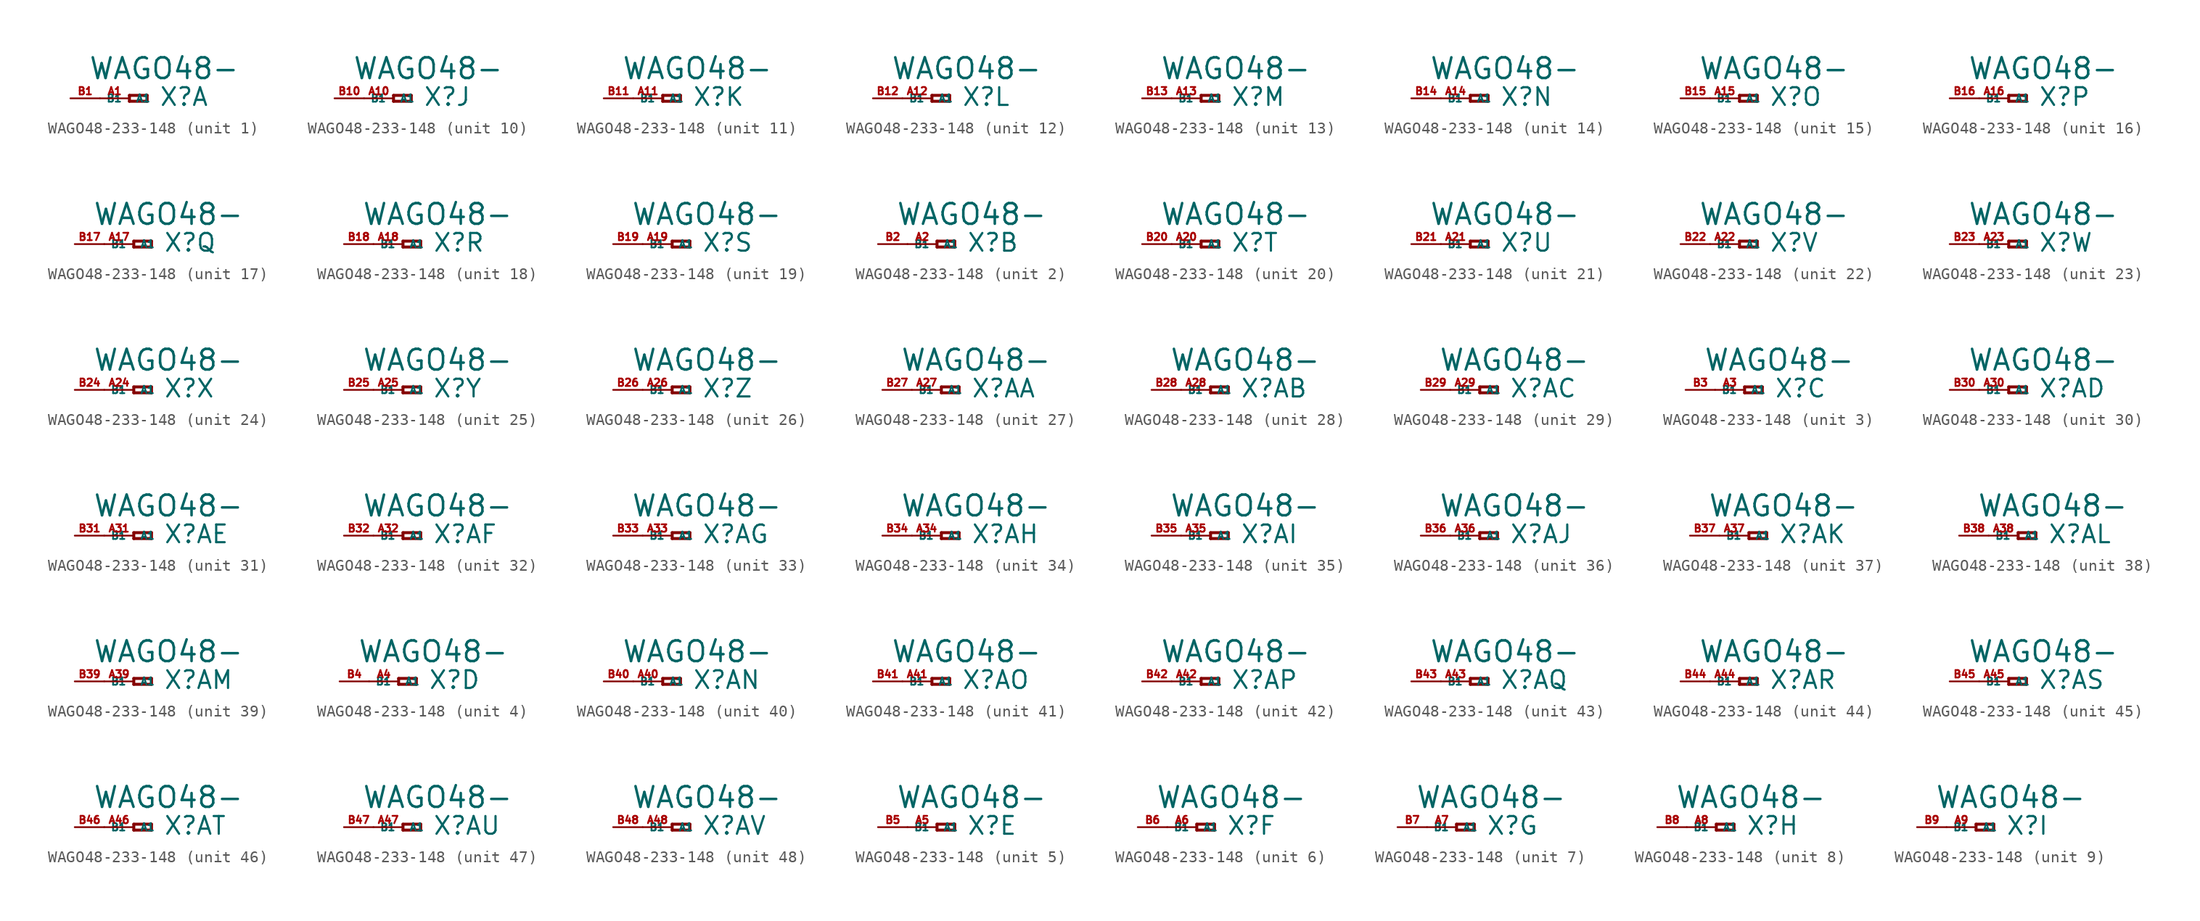
<source format=kicad_sym>
(kicad_symbol_lib
  (version 20220914)
  (generator Eagle2Kicad)
  (symbol "WAGO48-233-148"
    (property "Reference" "X"
      (at 2.54 -0.762 0)
      (effects (font (size 1.524 1.524) (thickness 0.19)) (justify left bottom)))
    (property "Value" "WAGO48-"
      (at -3.556 1.524 0)
      (effects (font (size 1.778 1.778) (thickness 0.22)) (justify left bottom)))
    (symbol "WAGO48-233-148_1_0"
      (polyline (pts (xy 0 0.254) (xy 0 -0.254)) (stroke (width 0.254) (type default)) (fill (type none)))
      (polyline (pts (xy 0 -0.254) (xy 1.524 -0.254)) (stroke (width 0.254) (type default)) (fill (type none)))
      (polyline (pts (xy 1.524 -0.254) (xy 1.524 0.254)) (stroke (width 0.254) (type default)) (fill (type none)))
      (polyline (pts (xy 1.524 0.254) (xy 0 0.254)) (stroke (width 0.254) (type default)) (fill (type none)))
      (pin passive line (at -2.54 0 0) (length 2.54) (name "A1" (effects (font (size 0.635 0.635) (thickness 0.08)) (justify left bottom))) (number "A1" (effects (font (size 0.635 0.635) (thickness 0.08)) (justify left bottom))))
      (pin passive line (at -5.08 0 0) (length 2.54) (name "B1" (effects (font (size 0.635 0.635) (thickness 0.08)) (justify left bottom))) (number "B1" (effects (font (size 0.635 0.635) (thickness 0.08)) (justify left bottom)))))
    (symbol "WAGO48-233-148_2_0"
      (polyline (pts (xy 0 0.254) (xy 0 -0.254)) (stroke (width 0.254) (type default)) (fill (type none)))
      (polyline (pts (xy 0 -0.254) (xy 1.524 -0.254)) (stroke (width 0.254) (type default)) (fill (type none)))
      (polyline (pts (xy 1.524 -0.254) (xy 1.524 0.254)) (stroke (width 0.254) (type default)) (fill (type none)))
      (polyline (pts (xy 1.524 0.254) (xy 0 0.254)) (stroke (width 0.254) (type default)) (fill (type none)))
      (pin passive line (at -2.54 0 0) (length 2.54) (name "A1" (effects (font (size 0.635 0.635) (thickness 0.08)) (justify left bottom))) (number "A2" (effects (font (size 0.635 0.635) (thickness 0.08)) (justify left bottom))))
      (pin passive line (at -5.08 0 0) (length 2.54) (name "B1" (effects (font (size 0.635 0.635) (thickness 0.08)) (justify left bottom))) (number "B2" (effects (font (size 0.635 0.635) (thickness 0.08)) (justify left bottom)))))
    (symbol "WAGO48-233-148_3_0"
      (polyline (pts (xy 0 0.254) (xy 0 -0.254)) (stroke (width 0.254) (type default)) (fill (type none)))
      (polyline (pts (xy 0 -0.254) (xy 1.524 -0.254)) (stroke (width 0.254) (type default)) (fill (type none)))
      (polyline (pts (xy 1.524 -0.254) (xy 1.524 0.254)) (stroke (width 0.254) (type default)) (fill (type none)))
      (polyline (pts (xy 1.524 0.254) (xy 0 0.254)) (stroke (width 0.254) (type default)) (fill (type none)))
      (pin passive line (at -2.54 0 0) (length 2.54) (name "A1" (effects (font (size 0.635 0.635) (thickness 0.08)) (justify left bottom))) (number "A3" (effects (font (size 0.635 0.635) (thickness 0.08)) (justify left bottom))))
      (pin passive line (at -5.08 0 0) (length 2.54) (name "B1" (effects (font (size 0.635 0.635) (thickness 0.08)) (justify left bottom))) (number "B3" (effects (font (size 0.635 0.635) (thickness 0.08)) (justify left bottom)))))
    (symbol "WAGO48-233-148_4_0"
      (polyline (pts (xy 0 0.254) (xy 0 -0.254)) (stroke (width 0.254) (type default)) (fill (type none)))
      (polyline (pts (xy 0 -0.254) (xy 1.524 -0.254)) (stroke (width 0.254) (type default)) (fill (type none)))
      (polyline (pts (xy 1.524 -0.254) (xy 1.524 0.254)) (stroke (width 0.254) (type default)) (fill (type none)))
      (polyline (pts (xy 1.524 0.254) (xy 0 0.254)) (stroke (width 0.254) (type default)) (fill (type none)))
      (pin passive line (at -2.54 0 0) (length 2.54) (name "A1" (effects (font (size 0.635 0.635) (thickness 0.08)) (justify left bottom))) (number "A4" (effects (font (size 0.635 0.635) (thickness 0.08)) (justify left bottom))))
      (pin passive line (at -5.08 0 0) (length 2.54) (name "B1" (effects (font (size 0.635 0.635) (thickness 0.08)) (justify left bottom))) (number "B4" (effects (font (size 0.635 0.635) (thickness 0.08)) (justify left bottom)))))
    (symbol "WAGO48-233-148_5_0"
      (polyline (pts (xy 0 0.254) (xy 0 -0.254)) (stroke (width 0.254) (type default)) (fill (type none)))
      (polyline (pts (xy 0 -0.254) (xy 1.524 -0.254)) (stroke (width 0.254) (type default)) (fill (type none)))
      (polyline (pts (xy 1.524 -0.254) (xy 1.524 0.254)) (stroke (width 0.254) (type default)) (fill (type none)))
      (polyline (pts (xy 1.524 0.254) (xy 0 0.254)) (stroke (width 0.254) (type default)) (fill (type none)))
      (pin passive line (at -2.54 0 0) (length 2.54) (name "A1" (effects (font (size 0.635 0.635) (thickness 0.08)) (justify left bottom))) (number "A5" (effects (font (size 0.635 0.635) (thickness 0.08)) (justify left bottom))))
      (pin passive line (at -5.08 0 0) (length 2.54) (name "B1" (effects (font (size 0.635 0.635) (thickness 0.08)) (justify left bottom))) (number "B5" (effects (font (size 0.635 0.635) (thickness 0.08)) (justify left bottom)))))
    (symbol "WAGO48-233-148_6_0"
      (polyline (pts (xy 0 0.254) (xy 0 -0.254)) (stroke (width 0.254) (type default)) (fill (type none)))
      (polyline (pts (xy 0 -0.254) (xy 1.524 -0.254)) (stroke (width 0.254) (type default)) (fill (type none)))
      (polyline (pts (xy 1.524 -0.254) (xy 1.524 0.254)) (stroke (width 0.254) (type default)) (fill (type none)))
      (polyline (pts (xy 1.524 0.254) (xy 0 0.254)) (stroke (width 0.254) (type default)) (fill (type none)))
      (pin passive line (at -2.54 0 0) (length 2.54) (name "A1" (effects (font (size 0.635 0.635) (thickness 0.08)) (justify left bottom))) (number "A6" (effects (font (size 0.635 0.635) (thickness 0.08)) (justify left bottom))))
      (pin passive line (at -5.08 0 0) (length 2.54) (name "B1" (effects (font (size 0.635 0.635) (thickness 0.08)) (justify left bottom))) (number "B6" (effects (font (size 0.635 0.635) (thickness 0.08)) (justify left bottom)))))
    (symbol "WAGO48-233-148_7_0"
      (polyline (pts (xy 0 0.254) (xy 0 -0.254)) (stroke (width 0.254) (type default)) (fill (type none)))
      (polyline (pts (xy 0 -0.254) (xy 1.524 -0.254)) (stroke (width 0.254) (type default)) (fill (type none)))
      (polyline (pts (xy 1.524 -0.254) (xy 1.524 0.254)) (stroke (width 0.254) (type default)) (fill (type none)))
      (polyline (pts (xy 1.524 0.254) (xy 0 0.254)) (stroke (width 0.254) (type default)) (fill (type none)))
      (pin passive line (at -2.54 0 0) (length 2.54) (name "A1" (effects (font (size 0.635 0.635) (thickness 0.08)) (justify left bottom))) (number "A7" (effects (font (size 0.635 0.635) (thickness 0.08)) (justify left bottom))))
      (pin passive line (at -5.08 0 0) (length 2.54) (name "B1" (effects (font (size 0.635 0.635) (thickness 0.08)) (justify left bottom))) (number "B7" (effects (font (size 0.635 0.635) (thickness 0.08)) (justify left bottom)))))
    (symbol "WAGO48-233-148_8_0"
      (polyline (pts (xy 0 0.254) (xy 0 -0.254)) (stroke (width 0.254) (type default)) (fill (type none)))
      (polyline (pts (xy 0 -0.254) (xy 1.524 -0.254)) (stroke (width 0.254) (type default)) (fill (type none)))
      (polyline (pts (xy 1.524 -0.254) (xy 1.524 0.254)) (stroke (width 0.254) (type default)) (fill (type none)))
      (polyline (pts (xy 1.524 0.254) (xy 0 0.254)) (stroke (width 0.254) (type default)) (fill (type none)))
      (pin passive line (at -2.54 0 0) (length 2.54) (name "A1" (effects (font (size 0.635 0.635) (thickness 0.08)) (justify left bottom))) (number "A8" (effects (font (size 0.635 0.635) (thickness 0.08)) (justify left bottom))))
      (pin passive line (at -5.08 0 0) (length 2.54) (name "B1" (effects (font (size 0.635 0.635) (thickness 0.08)) (justify left bottom))) (number "B8" (effects (font (size 0.635 0.635) (thickness 0.08)) (justify left bottom)))))
    (symbol "WAGO48-233-148_9_0"
      (polyline (pts (xy 0 0.254) (xy 0 -0.254)) (stroke (width 0.254) (type default)) (fill (type none)))
      (polyline (pts (xy 0 -0.254) (xy 1.524 -0.254)) (stroke (width 0.254) (type default)) (fill (type none)))
      (polyline (pts (xy 1.524 -0.254) (xy 1.524 0.254)) (stroke (width 0.254) (type default)) (fill (type none)))
      (polyline (pts (xy 1.524 0.254) (xy 0 0.254)) (stroke (width 0.254) (type default)) (fill (type none)))
      (pin passive line (at -2.54 0 0) (length 2.54) (name "A1" (effects (font (size 0.635 0.635) (thickness 0.08)) (justify left bottom))) (number "A9" (effects (font (size 0.635 0.635) (thickness 0.08)) (justify left bottom))))
      (pin passive line (at -5.08 0 0) (length 2.54) (name "B1" (effects (font (size 0.635 0.635) (thickness 0.08)) (justify left bottom))) (number "B9" (effects (font (size 0.635 0.635) (thickness 0.08)) (justify left bottom)))))
    (symbol "WAGO48-233-148_10_0"
      (polyline (pts (xy 0 0.254) (xy 0 -0.254)) (stroke (width 0.254) (type default)) (fill (type none)))
      (polyline (pts (xy 0 -0.254) (xy 1.524 -0.254)) (stroke (width 0.254) (type default)) (fill (type none)))
      (polyline (pts (xy 1.524 -0.254) (xy 1.524 0.254)) (stroke (width 0.254) (type default)) (fill (type none)))
      (polyline (pts (xy 1.524 0.254) (xy 0 0.254)) (stroke (width 0.254) (type default)) (fill (type none)))
      (pin passive line (at -2.54 0 0) (length 2.54) (name "A1" (effects (font (size 0.635 0.635) (thickness 0.08)) (justify left bottom))) (number "A10" (effects (font (size 0.635 0.635) (thickness 0.08)) (justify left bottom))))
      (pin passive line (at -5.08 0 0) (length 2.54) (name "B1" (effects (font (size 0.635 0.635) (thickness 0.08)) (justify left bottom))) (number "B10" (effects (font (size 0.635 0.635) (thickness 0.08)) (justify left bottom)))))
    (symbol "WAGO48-233-148_11_0"
      (polyline (pts (xy 0 0.254) (xy 0 -0.254)) (stroke (width 0.254) (type default)) (fill (type none)))
      (polyline (pts (xy 0 -0.254) (xy 1.524 -0.254)) (stroke (width 0.254) (type default)) (fill (type none)))
      (polyline (pts (xy 1.524 -0.254) (xy 1.524 0.254)) (stroke (width 0.254) (type default)) (fill (type none)))
      (polyline (pts (xy 1.524 0.254) (xy 0 0.254)) (stroke (width 0.254) (type default)) (fill (type none)))
      (pin passive line (at -2.54 0 0) (length 2.54) (name "A1" (effects (font (size 0.635 0.635) (thickness 0.08)) (justify left bottom))) (number "A11" (effects (font (size 0.635 0.635) (thickness 0.08)) (justify left bottom))))
      (pin passive line (at -5.08 0 0) (length 2.54) (name "B1" (effects (font (size 0.635 0.635) (thickness 0.08)) (justify left bottom))) (number "B11" (effects (font (size 0.635 0.635) (thickness 0.08)) (justify left bottom)))))
    (symbol "WAGO48-233-148_12_0"
      (polyline (pts (xy 0 0.254) (xy 0 -0.254)) (stroke (width 0.254) (type default)) (fill (type none)))
      (polyline (pts (xy 0 -0.254) (xy 1.524 -0.254)) (stroke (width 0.254) (type default)) (fill (type none)))
      (polyline (pts (xy 1.524 -0.254) (xy 1.524 0.254)) (stroke (width 0.254) (type default)) (fill (type none)))
      (polyline (pts (xy 1.524 0.254) (xy 0 0.254)) (stroke (width 0.254) (type default)) (fill (type none)))
      (pin passive line (at -2.54 0 0) (length 2.54) (name "A1" (effects (font (size 0.635 0.635) (thickness 0.08)) (justify left bottom))) (number "A12" (effects (font (size 0.635 0.635) (thickness 0.08)) (justify left bottom))))
      (pin passive line (at -5.08 0 0) (length 2.54) (name "B1" (effects (font (size 0.635 0.635) (thickness 0.08)) (justify left bottom))) (number "B12" (effects (font (size 0.635 0.635) (thickness 0.08)) (justify left bottom)))))
    (symbol "WAGO48-233-148_13_0"
      (polyline (pts (xy 0 0.254) (xy 0 -0.254)) (stroke (width 0.254) (type default)) (fill (type none)))
      (polyline (pts (xy 0 -0.254) (xy 1.524 -0.254)) (stroke (width 0.254) (type default)) (fill (type none)))
      (polyline (pts (xy 1.524 -0.254) (xy 1.524 0.254)) (stroke (width 0.254) (type default)) (fill (type none)))
      (polyline (pts (xy 1.524 0.254) (xy 0 0.254)) (stroke (width 0.254) (type default)) (fill (type none)))
      (pin passive line (at -2.54 0 0) (length 2.54) (name "A1" (effects (font (size 0.635 0.635) (thickness 0.08)) (justify left bottom))) (number "A13" (effects (font (size 0.635 0.635) (thickness 0.08)) (justify left bottom))))
      (pin passive line (at -5.08 0 0) (length 2.54) (name "B1" (effects (font (size 0.635 0.635) (thickness 0.08)) (justify left bottom))) (number "B13" (effects (font (size 0.635 0.635) (thickness 0.08)) (justify left bottom)))))
    (symbol "WAGO48-233-148_14_0"
      (polyline (pts (xy 0 0.254) (xy 0 -0.254)) (stroke (width 0.254) (type default)) (fill (type none)))
      (polyline (pts (xy 0 -0.254) (xy 1.524 -0.254)) (stroke (width 0.254) (type default)) (fill (type none)))
      (polyline (pts (xy 1.524 -0.254) (xy 1.524 0.254)) (stroke (width 0.254) (type default)) (fill (type none)))
      (polyline (pts (xy 1.524 0.254) (xy 0 0.254)) (stroke (width 0.254) (type default)) (fill (type none)))
      (pin passive line (at -2.54 0 0) (length 2.54) (name "A1" (effects (font (size 0.635 0.635) (thickness 0.08)) (justify left bottom))) (number "A14" (effects (font (size 0.635 0.635) (thickness 0.08)) (justify left bottom))))
      (pin passive line (at -5.08 0 0) (length 2.54) (name "B1" (effects (font (size 0.635 0.635) (thickness 0.08)) (justify left bottom))) (number "B14" (effects (font (size 0.635 0.635) (thickness 0.08)) (justify left bottom)))))
    (symbol "WAGO48-233-148_15_0"
      (polyline (pts (xy 0 0.254) (xy 0 -0.254)) (stroke (width 0.254) (type default)) (fill (type none)))
      (polyline (pts (xy 0 -0.254) (xy 1.524 -0.254)) (stroke (width 0.254) (type default)) (fill (type none)))
      (polyline (pts (xy 1.524 -0.254) (xy 1.524 0.254)) (stroke (width 0.254) (type default)) (fill (type none)))
      (polyline (pts (xy 1.524 0.254) (xy 0 0.254)) (stroke (width 0.254) (type default)) (fill (type none)))
      (pin passive line (at -2.54 0 0) (length 2.54) (name "A1" (effects (font (size 0.635 0.635) (thickness 0.08)) (justify left bottom))) (number "A15" (effects (font (size 0.635 0.635) (thickness 0.08)) (justify left bottom))))
      (pin passive line (at -5.08 0 0) (length 2.54) (name "B1" (effects (font (size 0.635 0.635) (thickness 0.08)) (justify left bottom))) (number "B15" (effects (font (size 0.635 0.635) (thickness 0.08)) (justify left bottom)))))
    (symbol "WAGO48-233-148_16_0"
      (polyline (pts (xy 0 0.254) (xy 0 -0.254)) (stroke (width 0.254) (type default)) (fill (type none)))
      (polyline (pts (xy 0 -0.254) (xy 1.524 -0.254)) (stroke (width 0.254) (type default)) (fill (type none)))
      (polyline (pts (xy 1.524 -0.254) (xy 1.524 0.254)) (stroke (width 0.254) (type default)) (fill (type none)))
      (polyline (pts (xy 1.524 0.254) (xy 0 0.254)) (stroke (width 0.254) (type default)) (fill (type none)))
      (pin passive line (at -2.54 0 0) (length 2.54) (name "A1" (effects (font (size 0.635 0.635) (thickness 0.08)) (justify left bottom))) (number "A16" (effects (font (size 0.635 0.635) (thickness 0.08)) (justify left bottom))))
      (pin passive line (at -5.08 0 0) (length 2.54) (name "B1" (effects (font (size 0.635 0.635) (thickness 0.08)) (justify left bottom))) (number "B16" (effects (font (size 0.635 0.635) (thickness 0.08)) (justify left bottom)))))
    (symbol "WAGO48-233-148_17_0"
      (polyline (pts (xy 0 0.254) (xy 0 -0.254)) (stroke (width 0.254) (type default)) (fill (type none)))
      (polyline (pts (xy 0 -0.254) (xy 1.524 -0.254)) (stroke (width 0.254) (type default)) (fill (type none)))
      (polyline (pts (xy 1.524 -0.254) (xy 1.524 0.254)) (stroke (width 0.254) (type default)) (fill (type none)))
      (polyline (pts (xy 1.524 0.254) (xy 0 0.254)) (stroke (width 0.254) (type default)) (fill (type none)))
      (pin passive line (at -2.54 0 0) (length 2.54) (name "A1" (effects (font (size 0.635 0.635) (thickness 0.08)) (justify left bottom))) (number "A17" (effects (font (size 0.635 0.635) (thickness 0.08)) (justify left bottom))))
      (pin passive line (at -5.08 0 0) (length 2.54) (name "B1" (effects (font (size 0.635 0.635) (thickness 0.08)) (justify left bottom))) (number "B17" (effects (font (size 0.635 0.635) (thickness 0.08)) (justify left bottom)))))
    (symbol "WAGO48-233-148_18_0"
      (polyline (pts (xy 0 0.254) (xy 0 -0.254)) (stroke (width 0.254) (type default)) (fill (type none)))
      (polyline (pts (xy 0 -0.254) (xy 1.524 -0.254)) (stroke (width 0.254) (type default)) (fill (type none)))
      (polyline (pts (xy 1.524 -0.254) (xy 1.524 0.254)) (stroke (width 0.254) (type default)) (fill (type none)))
      (polyline (pts (xy 1.524 0.254) (xy 0 0.254)) (stroke (width 0.254) (type default)) (fill (type none)))
      (pin passive line (at -2.54 0 0) (length 2.54) (name "A1" (effects (font (size 0.635 0.635) (thickness 0.08)) (justify left bottom))) (number "A18" (effects (font (size 0.635 0.635) (thickness 0.08)) (justify left bottom))))
      (pin passive line (at -5.08 0 0) (length 2.54) (name "B1" (effects (font (size 0.635 0.635) (thickness 0.08)) (justify left bottom))) (number "B18" (effects (font (size 0.635 0.635) (thickness 0.08)) (justify left bottom)))))
    (symbol "WAGO48-233-148_19_0"
      (polyline (pts (xy 0 0.254) (xy 0 -0.254)) (stroke (width 0.254) (type default)) (fill (type none)))
      (polyline (pts (xy 0 -0.254) (xy 1.524 -0.254)) (stroke (width 0.254) (type default)) (fill (type none)))
      (polyline (pts (xy 1.524 -0.254) (xy 1.524 0.254)) (stroke (width 0.254) (type default)) (fill (type none)))
      (polyline (pts (xy 1.524 0.254) (xy 0 0.254)) (stroke (width 0.254) (type default)) (fill (type none)))
      (pin passive line (at -2.54 0 0) (length 2.54) (name "A1" (effects (font (size 0.635 0.635) (thickness 0.08)) (justify left bottom))) (number "A19" (effects (font (size 0.635 0.635) (thickness 0.08)) (justify left bottom))))
      (pin passive line (at -5.08 0 0) (length 2.54) (name "B1" (effects (font (size 0.635 0.635) (thickness 0.08)) (justify left bottom))) (number "B19" (effects (font (size 0.635 0.635) (thickness 0.08)) (justify left bottom)))))
    (symbol "WAGO48-233-148_20_0"
      (polyline (pts (xy 0 0.254) (xy 0 -0.254)) (stroke (width 0.254) (type default)) (fill (type none)))
      (polyline (pts (xy 0 -0.254) (xy 1.524 -0.254)) (stroke (width 0.254) (type default)) (fill (type none)))
      (polyline (pts (xy 1.524 -0.254) (xy 1.524 0.254)) (stroke (width 0.254) (type default)) (fill (type none)))
      (polyline (pts (xy 1.524 0.254) (xy 0 0.254)) (stroke (width 0.254) (type default)) (fill (type none)))
      (pin passive line (at -2.54 0 0) (length 2.54) (name "A1" (effects (font (size 0.635 0.635) (thickness 0.08)) (justify left bottom))) (number "A20" (effects (font (size 0.635 0.635) (thickness 0.08)) (justify left bottom))))
      (pin passive line (at -5.08 0 0) (length 2.54) (name "B1" (effects (font (size 0.635 0.635) (thickness 0.08)) (justify left bottom))) (number "B20" (effects (font (size 0.635 0.635) (thickness 0.08)) (justify left bottom)))))
    (symbol "WAGO48-233-148_21_0"
      (polyline (pts (xy 0 0.254) (xy 0 -0.254)) (stroke (width 0.254) (type default)) (fill (type none)))
      (polyline (pts (xy 0 -0.254) (xy 1.524 -0.254)) (stroke (width 0.254) (type default)) (fill (type none)))
      (polyline (pts (xy 1.524 -0.254) (xy 1.524 0.254)) (stroke (width 0.254) (type default)) (fill (type none)))
      (polyline (pts (xy 1.524 0.254) (xy 0 0.254)) (stroke (width 0.254) (type default)) (fill (type none)))
      (pin passive line (at -2.54 0 0) (length 2.54) (name "A1" (effects (font (size 0.635 0.635) (thickness 0.08)) (justify left bottom))) (number "A21" (effects (font (size 0.635 0.635) (thickness 0.08)) (justify left bottom))))
      (pin passive line (at -5.08 0 0) (length 2.54) (name "B1" (effects (font (size 0.635 0.635) (thickness 0.08)) (justify left bottom))) (number "B21" (effects (font (size 0.635 0.635) (thickness 0.08)) (justify left bottom)))))
    (symbol "WAGO48-233-148_22_0"
      (polyline (pts (xy 0 0.254) (xy 0 -0.254)) (stroke (width 0.254) (type default)) (fill (type none)))
      (polyline (pts (xy 0 -0.254) (xy 1.524 -0.254)) (stroke (width 0.254) (type default)) (fill (type none)))
      (polyline (pts (xy 1.524 -0.254) (xy 1.524 0.254)) (stroke (width 0.254) (type default)) (fill (type none)))
      (polyline (pts (xy 1.524 0.254) (xy 0 0.254)) (stroke (width 0.254) (type default)) (fill (type none)))
      (pin passive line (at -2.54 0 0) (length 2.54) (name "A1" (effects (font (size 0.635 0.635) (thickness 0.08)) (justify left bottom))) (number "A22" (effects (font (size 0.635 0.635) (thickness 0.08)) (justify left bottom))))
      (pin passive line (at -5.08 0 0) (length 2.54) (name "B1" (effects (font (size 0.635 0.635) (thickness 0.08)) (justify left bottom))) (number "B22" (effects (font (size 0.635 0.635) (thickness 0.08)) (justify left bottom)))))
    (symbol "WAGO48-233-148_23_0"
      (polyline (pts (xy 0 0.254) (xy 0 -0.254)) (stroke (width 0.254) (type default)) (fill (type none)))
      (polyline (pts (xy 0 -0.254) (xy 1.524 -0.254)) (stroke (width 0.254) (type default)) (fill (type none)))
      (polyline (pts (xy 1.524 -0.254) (xy 1.524 0.254)) (stroke (width 0.254) (type default)) (fill (type none)))
      (polyline (pts (xy 1.524 0.254) (xy 0 0.254)) (stroke (width 0.254) (type default)) (fill (type none)))
      (pin passive line (at -2.54 0 0) (length 2.54) (name "A1" (effects (font (size 0.635 0.635) (thickness 0.08)) (justify left bottom))) (number "A23" (effects (font (size 0.635 0.635) (thickness 0.08)) (justify left bottom))))
      (pin passive line (at -5.08 0 0) (length 2.54) (name "B1" (effects (font (size 0.635 0.635) (thickness 0.08)) (justify left bottom))) (number "B23" (effects (font (size 0.635 0.635) (thickness 0.08)) (justify left bottom)))))
    (symbol "WAGO48-233-148_24_0"
      (polyline (pts (xy 0 0.254) (xy 0 -0.254)) (stroke (width 0.254) (type default)) (fill (type none)))
      (polyline (pts (xy 0 -0.254) (xy 1.524 -0.254)) (stroke (width 0.254) (type default)) (fill (type none)))
      (polyline (pts (xy 1.524 -0.254) (xy 1.524 0.254)) (stroke (width 0.254) (type default)) (fill (type none)))
      (polyline (pts (xy 1.524 0.254) (xy 0 0.254)) (stroke (width 0.254) (type default)) (fill (type none)))
      (pin passive line (at -2.54 0 0) (length 2.54) (name "A1" (effects (font (size 0.635 0.635) (thickness 0.08)) (justify left bottom))) (number "A24" (effects (font (size 0.635 0.635) (thickness 0.08)) (justify left bottom))))
      (pin passive line (at -5.08 0 0) (length 2.54) (name "B1" (effects (font (size 0.635 0.635) (thickness 0.08)) (justify left bottom))) (number "B24" (effects (font (size 0.635 0.635) (thickness 0.08)) (justify left bottom)))))
    (symbol "WAGO48-233-148_25_0"
      (polyline (pts (xy 0 0.254) (xy 0 -0.254)) (stroke (width 0.254) (type default)) (fill (type none)))
      (polyline (pts (xy 0 -0.254) (xy 1.524 -0.254)) (stroke (width 0.254) (type default)) (fill (type none)))
      (polyline (pts (xy 1.524 -0.254) (xy 1.524 0.254)) (stroke (width 0.254) (type default)) (fill (type none)))
      (polyline (pts (xy 1.524 0.254) (xy 0 0.254)) (stroke (width 0.254) (type default)) (fill (type none)))
      (pin passive line (at -2.54 0 0) (length 2.54) (name "A1" (effects (font (size 0.635 0.635) (thickness 0.08)) (justify left bottom))) (number "A25" (effects (font (size 0.635 0.635) (thickness 0.08)) (justify left bottom))))
      (pin passive line (at -5.08 0 0) (length 2.54) (name "B1" (effects (font (size 0.635 0.635) (thickness 0.08)) (justify left bottom))) (number "B25" (effects (font (size 0.635 0.635) (thickness 0.08)) (justify left bottom)))))
    (symbol "WAGO48-233-148_26_0"
      (polyline (pts (xy 0 0.254) (xy 0 -0.254)) (stroke (width 0.254) (type default)) (fill (type none)))
      (polyline (pts (xy 0 -0.254) (xy 1.524 -0.254)) (stroke (width 0.254) (type default)) (fill (type none)))
      (polyline (pts (xy 1.524 -0.254) (xy 1.524 0.254)) (stroke (width 0.254) (type default)) (fill (type none)))
      (polyline (pts (xy 1.524 0.254) (xy 0 0.254)) (stroke (width 0.254) (type default)) (fill (type none)))
      (pin passive line (at -2.54 0 0) (length 2.54) (name "A1" (effects (font (size 0.635 0.635) (thickness 0.08)) (justify left bottom))) (number "A26" (effects (font (size 0.635 0.635) (thickness 0.08)) (justify left bottom))))
      (pin passive line (at -5.08 0 0) (length 2.54) (name "B1" (effects (font (size 0.635 0.635) (thickness 0.08)) (justify left bottom))) (number "B26" (effects (font (size 0.635 0.635) (thickness 0.08)) (justify left bottom)))))
    (symbol "WAGO48-233-148_27_0"
      (polyline (pts (xy 0 0.254) (xy 0 -0.254)) (stroke (width 0.254) (type default)) (fill (type none)))
      (polyline (pts (xy 0 -0.254) (xy 1.524 -0.254)) (stroke (width 0.254) (type default)) (fill (type none)))
      (polyline (pts (xy 1.524 -0.254) (xy 1.524 0.254)) (stroke (width 0.254) (type default)) (fill (type none)))
      (polyline (pts (xy 1.524 0.254) (xy 0 0.254)) (stroke (width 0.254) (type default)) (fill (type none)))
      (pin passive line (at -2.54 0 0) (length 2.54) (name "A1" (effects (font (size 0.635 0.635) (thickness 0.08)) (justify left bottom))) (number "A27" (effects (font (size 0.635 0.635) (thickness 0.08)) (justify left bottom))))
      (pin passive line (at -5.08 0 0) (length 2.54) (name "B1" (effects (font (size 0.635 0.635) (thickness 0.08)) (justify left bottom))) (number "B27" (effects (font (size 0.635 0.635) (thickness 0.08)) (justify left bottom)))))
    (symbol "WAGO48-233-148_28_0"
      (polyline (pts (xy 0 0.254) (xy 0 -0.254)) (stroke (width 0.254) (type default)) (fill (type none)))
      (polyline (pts (xy 0 -0.254) (xy 1.524 -0.254)) (stroke (width 0.254) (type default)) (fill (type none)))
      (polyline (pts (xy 1.524 -0.254) (xy 1.524 0.254)) (stroke (width 0.254) (type default)) (fill (type none)))
      (polyline (pts (xy 1.524 0.254) (xy 0 0.254)) (stroke (width 0.254) (type default)) (fill (type none)))
      (pin passive line (at -2.54 0 0) (length 2.54) (name "A1" (effects (font (size 0.635 0.635) (thickness 0.08)) (justify left bottom))) (number "A28" (effects (font (size 0.635 0.635) (thickness 0.08)) (justify left bottom))))
      (pin passive line (at -5.08 0 0) (length 2.54) (name "B1" (effects (font (size 0.635 0.635) (thickness 0.08)) (justify left bottom))) (number "B28" (effects (font (size 0.635 0.635) (thickness 0.08)) (justify left bottom)))))
    (symbol "WAGO48-233-148_29_0"
      (polyline (pts (xy 0 0.254) (xy 0 -0.254)) (stroke (width 0.254) (type default)) (fill (type none)))
      (polyline (pts (xy 0 -0.254) (xy 1.524 -0.254)) (stroke (width 0.254) (type default)) (fill (type none)))
      (polyline (pts (xy 1.524 -0.254) (xy 1.524 0.254)) (stroke (width 0.254) (type default)) (fill (type none)))
      (polyline (pts (xy 1.524 0.254) (xy 0 0.254)) (stroke (width 0.254) (type default)) (fill (type none)))
      (pin passive line (at -2.54 0 0) (length 2.54) (name "A1" (effects (font (size 0.635 0.635) (thickness 0.08)) (justify left bottom))) (number "A29" (effects (font (size 0.635 0.635) (thickness 0.08)) (justify left bottom))))
      (pin passive line (at -5.08 0 0) (length 2.54) (name "B1" (effects (font (size 0.635 0.635) (thickness 0.08)) (justify left bottom))) (number "B29" (effects (font (size 0.635 0.635) (thickness 0.08)) (justify left bottom)))))
    (symbol "WAGO48-233-148_30_0"
      (polyline (pts (xy 0 0.254) (xy 0 -0.254)) (stroke (width 0.254) (type default)) (fill (type none)))
      (polyline (pts (xy 0 -0.254) (xy 1.524 -0.254)) (stroke (width 0.254) (type default)) (fill (type none)))
      (polyline (pts (xy 1.524 -0.254) (xy 1.524 0.254)) (stroke (width 0.254) (type default)) (fill (type none)))
      (polyline (pts (xy 1.524 0.254) (xy 0 0.254)) (stroke (width 0.254) (type default)) (fill (type none)))
      (pin passive line (at -2.54 0 0) (length 2.54) (name "A1" (effects (font (size 0.635 0.635) (thickness 0.08)) (justify left bottom))) (number "A30" (effects (font (size 0.635 0.635) (thickness 0.08)) (justify left bottom))))
      (pin passive line (at -5.08 0 0) (length 2.54) (name "B1" (effects (font (size 0.635 0.635) (thickness 0.08)) (justify left bottom))) (number "B30" (effects (font (size 0.635 0.635) (thickness 0.08)) (justify left bottom)))))
    (symbol "WAGO48-233-148_31_0"
      (polyline (pts (xy 0 0.254) (xy 0 -0.254)) (stroke (width 0.254) (type default)) (fill (type none)))
      (polyline (pts (xy 0 -0.254) (xy 1.524 -0.254)) (stroke (width 0.254) (type default)) (fill (type none)))
      (polyline (pts (xy 1.524 -0.254) (xy 1.524 0.254)) (stroke (width 0.254) (type default)) (fill (type none)))
      (polyline (pts (xy 1.524 0.254) (xy 0 0.254)) (stroke (width 0.254) (type default)) (fill (type none)))
      (pin passive line (at -2.54 0 0) (length 2.54) (name "A1" (effects (font (size 0.635 0.635) (thickness 0.08)) (justify left bottom))) (number "A31" (effects (font (size 0.635 0.635) (thickness 0.08)) (justify left bottom))))
      (pin passive line (at -5.08 0 0) (length 2.54) (name "B1" (effects (font (size 0.635 0.635) (thickness 0.08)) (justify left bottom))) (number "B31" (effects (font (size 0.635 0.635) (thickness 0.08)) (justify left bottom)))))
    (symbol "WAGO48-233-148_32_0"
      (polyline (pts (xy 0 0.254) (xy 0 -0.254)) (stroke (width 0.254) (type default)) (fill (type none)))
      (polyline (pts (xy 0 -0.254) (xy 1.524 -0.254)) (stroke (width 0.254) (type default)) (fill (type none)))
      (polyline (pts (xy 1.524 -0.254) (xy 1.524 0.254)) (stroke (width 0.254) (type default)) (fill (type none)))
      (polyline (pts (xy 1.524 0.254) (xy 0 0.254)) (stroke (width 0.254) (type default)) (fill (type none)))
      (pin passive line (at -2.54 0 0) (length 2.54) (name "A1" (effects (font (size 0.635 0.635) (thickness 0.08)) (justify left bottom))) (number "A32" (effects (font (size 0.635 0.635) (thickness 0.08)) (justify left bottom))))
      (pin passive line (at -5.08 0 0) (length 2.54) (name "B1" (effects (font (size 0.635 0.635) (thickness 0.08)) (justify left bottom))) (number "B32" (effects (font (size 0.635 0.635) (thickness 0.08)) (justify left bottom)))))
    (symbol "WAGO48-233-148_33_0"
      (polyline (pts (xy 0 0.254) (xy 0 -0.254)) (stroke (width 0.254) (type default)) (fill (type none)))
      (polyline (pts (xy 0 -0.254) (xy 1.524 -0.254)) (stroke (width 0.254) (type default)) (fill (type none)))
      (polyline (pts (xy 1.524 -0.254) (xy 1.524 0.254)) (stroke (width 0.254) (type default)) (fill (type none)))
      (polyline (pts (xy 1.524 0.254) (xy 0 0.254)) (stroke (width 0.254) (type default)) (fill (type none)))
      (pin passive line (at -2.54 0 0) (length 2.54) (name "A1" (effects (font (size 0.635 0.635) (thickness 0.08)) (justify left bottom))) (number "A33" (effects (font (size 0.635 0.635) (thickness 0.08)) (justify left bottom))))
      (pin passive line (at -5.08 0 0) (length 2.54) (name "B1" (effects (font (size 0.635 0.635) (thickness 0.08)) (justify left bottom))) (number "B33" (effects (font (size 0.635 0.635) (thickness 0.08)) (justify left bottom)))))
    (symbol "WAGO48-233-148_34_0"
      (polyline (pts (xy 0 0.254) (xy 0 -0.254)) (stroke (width 0.254) (type default)) (fill (type none)))
      (polyline (pts (xy 0 -0.254) (xy 1.524 -0.254)) (stroke (width 0.254) (type default)) (fill (type none)))
      (polyline (pts (xy 1.524 -0.254) (xy 1.524 0.254)) (stroke (width 0.254) (type default)) (fill (type none)))
      (polyline (pts (xy 1.524 0.254) (xy 0 0.254)) (stroke (width 0.254) (type default)) (fill (type none)))
      (pin passive line (at -2.54 0 0) (length 2.54) (name "A1" (effects (font (size 0.635 0.635) (thickness 0.08)) (justify left bottom))) (number "A34" (effects (font (size 0.635 0.635) (thickness 0.08)) (justify left bottom))))
      (pin passive line (at -5.08 0 0) (length 2.54) (name "B1" (effects (font (size 0.635 0.635) (thickness 0.08)) (justify left bottom))) (number "B34" (effects (font (size 0.635 0.635) (thickness 0.08)) (justify left bottom)))))
    (symbol "WAGO48-233-148_35_0"
      (polyline (pts (xy 0 0.254) (xy 0 -0.254)) (stroke (width 0.254) (type default)) (fill (type none)))
      (polyline (pts (xy 0 -0.254) (xy 1.524 -0.254)) (stroke (width 0.254) (type default)) (fill (type none)))
      (polyline (pts (xy 1.524 -0.254) (xy 1.524 0.254)) (stroke (width 0.254) (type default)) (fill (type none)))
      (polyline (pts (xy 1.524 0.254) (xy 0 0.254)) (stroke (width 0.254) (type default)) (fill (type none)))
      (pin passive line (at -2.54 0 0) (length 2.54) (name "A1" (effects (font (size 0.635 0.635) (thickness 0.08)) (justify left bottom))) (number "A35" (effects (font (size 0.635 0.635) (thickness 0.08)) (justify left bottom))))
      (pin passive line (at -5.08 0 0) (length 2.54) (name "B1" (effects (font (size 0.635 0.635) (thickness 0.08)) (justify left bottom))) (number "B35" (effects (font (size 0.635 0.635) (thickness 0.08)) (justify left bottom)))))
    (symbol "WAGO48-233-148_36_0"
      (polyline (pts (xy 0 0.254) (xy 0 -0.254)) (stroke (width 0.254) (type default)) (fill (type none)))
      (polyline (pts (xy 0 -0.254) (xy 1.524 -0.254)) (stroke (width 0.254) (type default)) (fill (type none)))
      (polyline (pts (xy 1.524 -0.254) (xy 1.524 0.254)) (stroke (width 0.254) (type default)) (fill (type none)))
      (polyline (pts (xy 1.524 0.254) (xy 0 0.254)) (stroke (width 0.254) (type default)) (fill (type none)))
      (pin passive line (at -2.54 0 0) (length 2.54) (name "A1" (effects (font (size 0.635 0.635) (thickness 0.08)) (justify left bottom))) (number "A36" (effects (font (size 0.635 0.635) (thickness 0.08)) (justify left bottom))))
      (pin passive line (at -5.08 0 0) (length 2.54) (name "B1" (effects (font (size 0.635 0.635) (thickness 0.08)) (justify left bottom))) (number "B36" (effects (font (size 0.635 0.635) (thickness 0.08)) (justify left bottom)))))
    (symbol "WAGO48-233-148_37_0"
      (polyline (pts (xy 0 0.254) (xy 0 -0.254)) (stroke (width 0.254) (type default)) (fill (type none)))
      (polyline (pts (xy 0 -0.254) (xy 1.524 -0.254)) (stroke (width 0.254) (type default)) (fill (type none)))
      (polyline (pts (xy 1.524 -0.254) (xy 1.524 0.254)) (stroke (width 0.254) (type default)) (fill (type none)))
      (polyline (pts (xy 1.524 0.254) (xy 0 0.254)) (stroke (width 0.254) (type default)) (fill (type none)))
      (pin passive line (at -2.54 0 0) (length 2.54) (name "A1" (effects (font (size 0.635 0.635) (thickness 0.08)) (justify left bottom))) (number "A37" (effects (font (size 0.635 0.635) (thickness 0.08)) (justify left bottom))))
      (pin passive line (at -5.08 0 0) (length 2.54) (name "B1" (effects (font (size 0.635 0.635) (thickness 0.08)) (justify left bottom))) (number "B37" (effects (font (size 0.635 0.635) (thickness 0.08)) (justify left bottom)))))
    (symbol "WAGO48-233-148_38_0"
      (polyline (pts (xy 0 0.254) (xy 0 -0.254)) (stroke (width 0.254) (type default)) (fill (type none)))
      (polyline (pts (xy 0 -0.254) (xy 1.524 -0.254)) (stroke (width 0.254) (type default)) (fill (type none)))
      (polyline (pts (xy 1.524 -0.254) (xy 1.524 0.254)) (stroke (width 0.254) (type default)) (fill (type none)))
      (polyline (pts (xy 1.524 0.254) (xy 0 0.254)) (stroke (width 0.254) (type default)) (fill (type none)))
      (pin passive line (at -2.54 0 0) (length 2.54) (name "A1" (effects (font (size 0.635 0.635) (thickness 0.08)) (justify left bottom))) (number "A38" (effects (font (size 0.635 0.635) (thickness 0.08)) (justify left bottom))))
      (pin passive line (at -5.08 0 0) (length 2.54) (name "B1" (effects (font (size 0.635 0.635) (thickness 0.08)) (justify left bottom))) (number "B38" (effects (font (size 0.635 0.635) (thickness 0.08)) (justify left bottom)))))
    (symbol "WAGO48-233-148_39_0"
      (polyline (pts (xy 0 0.254) (xy 0 -0.254)) (stroke (width 0.254) (type default)) (fill (type none)))
      (polyline (pts (xy 0 -0.254) (xy 1.524 -0.254)) (stroke (width 0.254) (type default)) (fill (type none)))
      (polyline (pts (xy 1.524 -0.254) (xy 1.524 0.254)) (stroke (width 0.254) (type default)) (fill (type none)))
      (polyline (pts (xy 1.524 0.254) (xy 0 0.254)) (stroke (width 0.254) (type default)) (fill (type none)))
      (pin passive line (at -2.54 0 0) (length 2.54) (name "A1" (effects (font (size 0.635 0.635) (thickness 0.08)) (justify left bottom))) (number "A39" (effects (font (size 0.635 0.635) (thickness 0.08)) (justify left bottom))))
      (pin passive line (at -5.08 0 0) (length 2.54) (name "B1" (effects (font (size 0.635 0.635) (thickness 0.08)) (justify left bottom))) (number "B39" (effects (font (size 0.635 0.635) (thickness 0.08)) (justify left bottom)))))
    (symbol "WAGO48-233-148_40_0"
      (polyline (pts (xy 0 0.254) (xy 0 -0.254)) (stroke (width 0.254) (type default)) (fill (type none)))
      (polyline (pts (xy 0 -0.254) (xy 1.524 -0.254)) (stroke (width 0.254) (type default)) (fill (type none)))
      (polyline (pts (xy 1.524 -0.254) (xy 1.524 0.254)) (stroke (width 0.254) (type default)) (fill (type none)))
      (polyline (pts (xy 1.524 0.254) (xy 0 0.254)) (stroke (width 0.254) (type default)) (fill (type none)))
      (pin passive line (at -2.54 0 0) (length 2.54) (name "A1" (effects (font (size 0.635 0.635) (thickness 0.08)) (justify left bottom))) (number "A40" (effects (font (size 0.635 0.635) (thickness 0.08)) (justify left bottom))))
      (pin passive line (at -5.08 0 0) (length 2.54) (name "B1" (effects (font (size 0.635 0.635) (thickness 0.08)) (justify left bottom))) (number "B40" (effects (font (size 0.635 0.635) (thickness 0.08)) (justify left bottom)))))
    (symbol "WAGO48-233-148_41_0"
      (polyline (pts (xy 0 0.254) (xy 0 -0.254)) (stroke (width 0.254) (type default)) (fill (type none)))
      (polyline (pts (xy 0 -0.254) (xy 1.524 -0.254)) (stroke (width 0.254) (type default)) (fill (type none)))
      (polyline (pts (xy 1.524 -0.254) (xy 1.524 0.254)) (stroke (width 0.254) (type default)) (fill (type none)))
      (polyline (pts (xy 1.524 0.254) (xy 0 0.254)) (stroke (width 0.254) (type default)) (fill (type none)))
      (pin passive line (at -2.54 0 0) (length 2.54) (name "A1" (effects (font (size 0.635 0.635) (thickness 0.08)) (justify left bottom))) (number "A41" (effects (font (size 0.635 0.635) (thickness 0.08)) (justify left bottom))))
      (pin passive line (at -5.08 0 0) (length 2.54) (name "B1" (effects (font (size 0.635 0.635) (thickness 0.08)) (justify left bottom))) (number "B41" (effects (font (size 0.635 0.635) (thickness 0.08)) (justify left bottom)))))
    (symbol "WAGO48-233-148_42_0"
      (polyline (pts (xy 0 0.254) (xy 0 -0.254)) (stroke (width 0.254) (type default)) (fill (type none)))
      (polyline (pts (xy 0 -0.254) (xy 1.524 -0.254)) (stroke (width 0.254) (type default)) (fill (type none)))
      (polyline (pts (xy 1.524 -0.254) (xy 1.524 0.254)) (stroke (width 0.254) (type default)) (fill (type none)))
      (polyline (pts (xy 1.524 0.254) (xy 0 0.254)) (stroke (width 0.254) (type default)) (fill (type none)))
      (pin passive line (at -2.54 0 0) (length 2.54) (name "A1" (effects (font (size 0.635 0.635) (thickness 0.08)) (justify left bottom))) (number "A42" (effects (font (size 0.635 0.635) (thickness 0.08)) (justify left bottom))))
      (pin passive line (at -5.08 0 0) (length 2.54) (name "B1" (effects (font (size 0.635 0.635) (thickness 0.08)) (justify left bottom))) (number "B42" (effects (font (size 0.635 0.635) (thickness 0.08)) (justify left bottom)))))
    (symbol "WAGO48-233-148_43_0"
      (polyline (pts (xy 0 0.254) (xy 0 -0.254)) (stroke (width 0.254) (type default)) (fill (type none)))
      (polyline (pts (xy 0 -0.254) (xy 1.524 -0.254)) (stroke (width 0.254) (type default)) (fill (type none)))
      (polyline (pts (xy 1.524 -0.254) (xy 1.524 0.254)) (stroke (width 0.254) (type default)) (fill (type none)))
      (polyline (pts (xy 1.524 0.254) (xy 0 0.254)) (stroke (width 0.254) (type default)) (fill (type none)))
      (pin passive line (at -2.54 0 0) (length 2.54) (name "A1" (effects (font (size 0.635 0.635) (thickness 0.08)) (justify left bottom))) (number "A43" (effects (font (size 0.635 0.635) (thickness 0.08)) (justify left bottom))))
      (pin passive line (at -5.08 0 0) (length 2.54) (name "B1" (effects (font (size 0.635 0.635) (thickness 0.08)) (justify left bottom))) (number "B43" (effects (font (size 0.635 0.635) (thickness 0.08)) (justify left bottom)))))
    (symbol "WAGO48-233-148_44_0"
      (polyline (pts (xy 0 0.254) (xy 0 -0.254)) (stroke (width 0.254) (type default)) (fill (type none)))
      (polyline (pts (xy 0 -0.254) (xy 1.524 -0.254)) (stroke (width 0.254) (type default)) (fill (type none)))
      (polyline (pts (xy 1.524 -0.254) (xy 1.524 0.254)) (stroke (width 0.254) (type default)) (fill (type none)))
      (polyline (pts (xy 1.524 0.254) (xy 0 0.254)) (stroke (width 0.254) (type default)) (fill (type none)))
      (pin passive line (at -2.54 0 0) (length 2.54) (name "A1" (effects (font (size 0.635 0.635) (thickness 0.08)) (justify left bottom))) (number "A44" (effects (font (size 0.635 0.635) (thickness 0.08)) (justify left bottom))))
      (pin passive line (at -5.08 0 0) (length 2.54) (name "B1" (effects (font (size 0.635 0.635) (thickness 0.08)) (justify left bottom))) (number "B44" (effects (font (size 0.635 0.635) (thickness 0.08)) (justify left bottom)))))
    (symbol "WAGO48-233-148_45_0"
      (polyline (pts (xy 0 0.254) (xy 0 -0.254)) (stroke (width 0.254) (type default)) (fill (type none)))
      (polyline (pts (xy 0 -0.254) (xy 1.524 -0.254)) (stroke (width 0.254) (type default)) (fill (type none)))
      (polyline (pts (xy 1.524 -0.254) (xy 1.524 0.254)) (stroke (width 0.254) (type default)) (fill (type none)))
      (polyline (pts (xy 1.524 0.254) (xy 0 0.254)) (stroke (width 0.254) (type default)) (fill (type none)))
      (pin passive line (at -2.54 0 0) (length 2.54) (name "A1" (effects (font (size 0.635 0.635) (thickness 0.08)) (justify left bottom))) (number "A45" (effects (font (size 0.635 0.635) (thickness 0.08)) (justify left bottom))))
      (pin passive line (at -5.08 0 0) (length 2.54) (name "B1" (effects (font (size 0.635 0.635) (thickness 0.08)) (justify left bottom))) (number "B45" (effects (font (size 0.635 0.635) (thickness 0.08)) (justify left bottom)))))
    (symbol "WAGO48-233-148_46_0"
      (polyline (pts (xy 0 0.254) (xy 0 -0.254)) (stroke (width 0.254) (type default)) (fill (type none)))
      (polyline (pts (xy 0 -0.254) (xy 1.524 -0.254)) (stroke (width 0.254) (type default)) (fill (type none)))
      (polyline (pts (xy 1.524 -0.254) (xy 1.524 0.254)) (stroke (width 0.254) (type default)) (fill (type none)))
      (polyline (pts (xy 1.524 0.254) (xy 0 0.254)) (stroke (width 0.254) (type default)) (fill (type none)))
      (pin passive line (at -2.54 0 0) (length 2.54) (name "A1" (effects (font (size 0.635 0.635) (thickness 0.08)) (justify left bottom))) (number "A46" (effects (font (size 0.635 0.635) (thickness 0.08)) (justify left bottom))))
      (pin passive line (at -5.08 0 0) (length 2.54) (name "B1" (effects (font (size 0.635 0.635) (thickness 0.08)) (justify left bottom))) (number "B46" (effects (font (size 0.635 0.635) (thickness 0.08)) (justify left bottom)))))
    (symbol "WAGO48-233-148_47_0"
      (polyline (pts (xy 0 0.254) (xy 0 -0.254)) (stroke (width 0.254) (type default)) (fill (type none)))
      (polyline (pts (xy 0 -0.254) (xy 1.524 -0.254)) (stroke (width 0.254) (type default)) (fill (type none)))
      (polyline (pts (xy 1.524 -0.254) (xy 1.524 0.254)) (stroke (width 0.254) (type default)) (fill (type none)))
      (polyline (pts (xy 1.524 0.254) (xy 0 0.254)) (stroke (width 0.254) (type default)) (fill (type none)))
      (pin passive line (at -2.54 0 0) (length 2.54) (name "A1" (effects (font (size 0.635 0.635) (thickness 0.08)) (justify left bottom))) (number "A47" (effects (font (size 0.635 0.635) (thickness 0.08)) (justify left bottom))))
      (pin passive line (at -5.08 0 0) (length 2.54) (name "B1" (effects (font (size 0.635 0.635) (thickness 0.08)) (justify left bottom))) (number "B47" (effects (font (size 0.635 0.635) (thickness 0.08)) (justify left bottom)))))
    (symbol "WAGO48-233-148_48_0"
      (polyline (pts (xy 0 0.254) (xy 0 -0.254)) (stroke (width 0.254) (type default)) (fill (type none)))
      (polyline (pts (xy 0 -0.254) (xy 1.524 -0.254)) (stroke (width 0.254) (type default)) (fill (type none)))
      (polyline (pts (xy 1.524 -0.254) (xy 1.524 0.254)) (stroke (width 0.254) (type default)) (fill (type none)))
      (polyline (pts (xy 1.524 0.254) (xy 0 0.254)) (stroke (width 0.254) (type default)) (fill (type none)))
      (pin passive line (at -2.54 0 0) (length 2.54) (name "A1" (effects (font (size 0.635 0.635) (thickness 0.08)) (justify left bottom))) (number "A48" (effects (font (size 0.635 0.635) (thickness 0.08)) (justify left bottom))))
      (pin passive line (at -5.08 0 0) (length 2.54) (name "B1" (effects (font (size 0.635 0.635) (thickness 0.08)) (justify left bottom))) (number "B48" (effects (font (size 0.635 0.635) (thickness 0.08)) (justify left bottom)))))))
</source>
